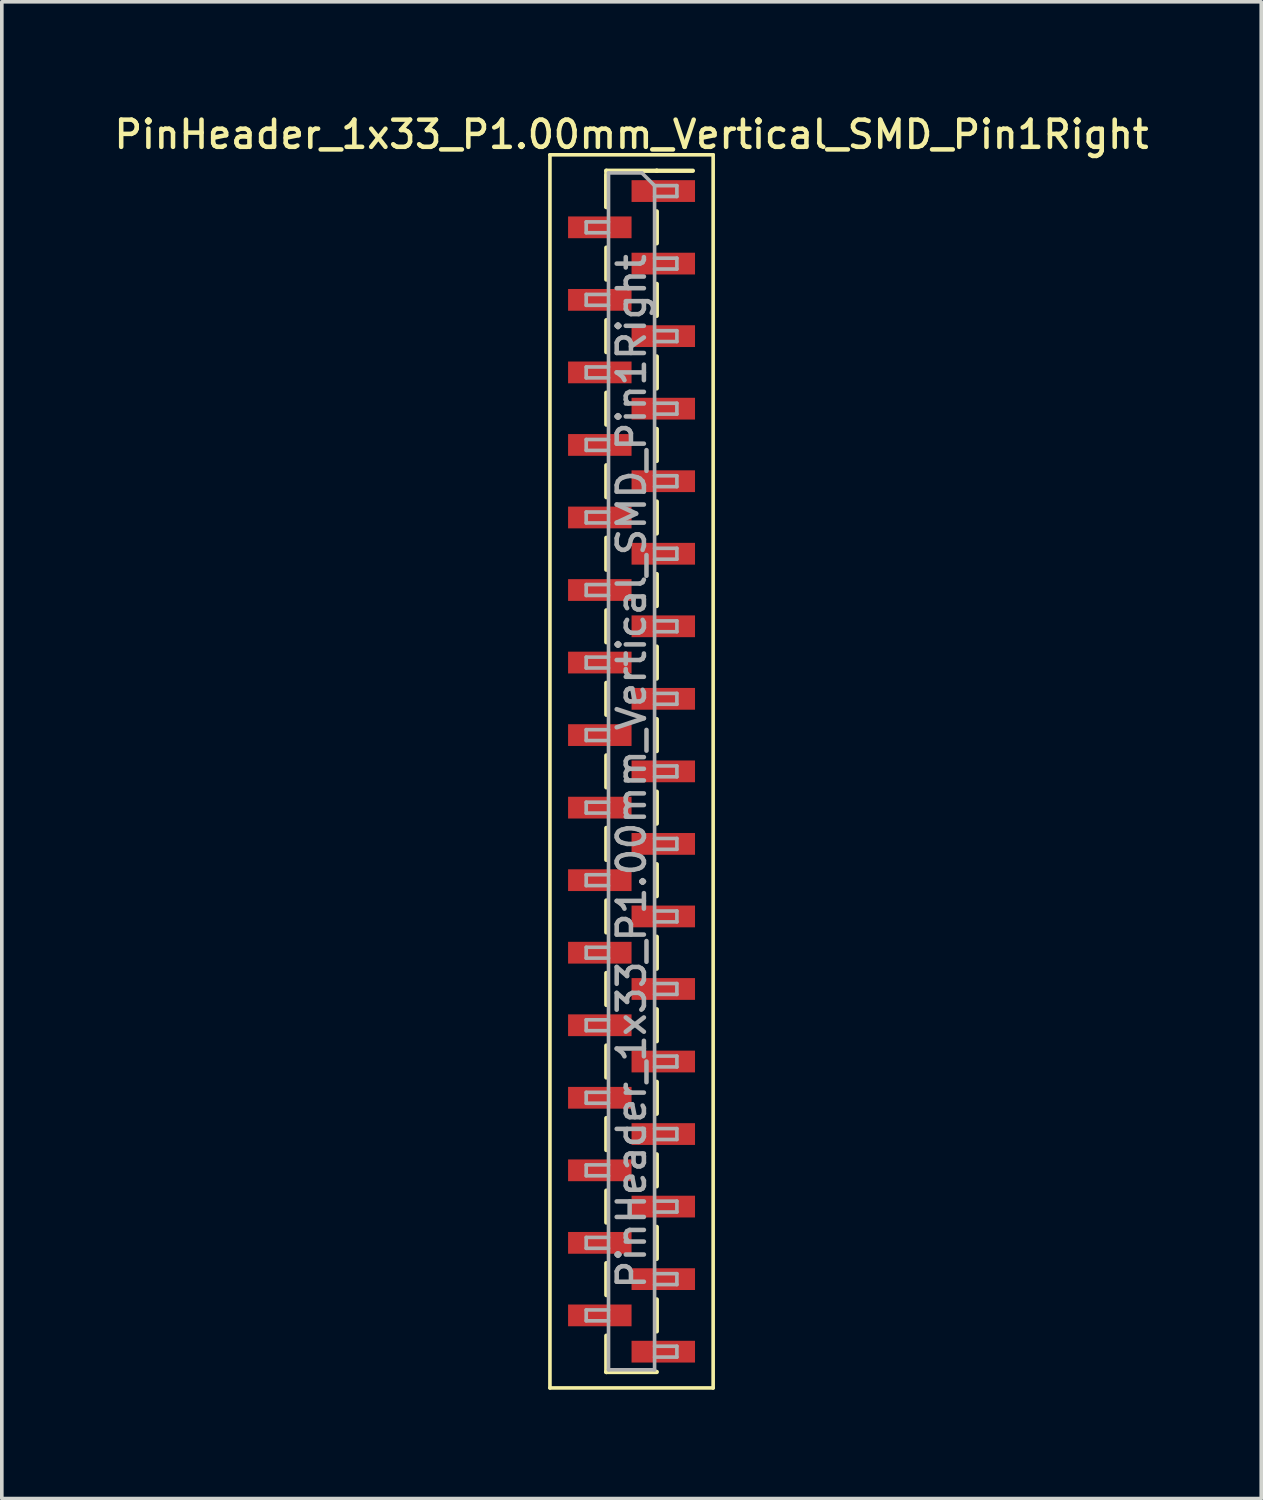
<source format=kicad_pcb>
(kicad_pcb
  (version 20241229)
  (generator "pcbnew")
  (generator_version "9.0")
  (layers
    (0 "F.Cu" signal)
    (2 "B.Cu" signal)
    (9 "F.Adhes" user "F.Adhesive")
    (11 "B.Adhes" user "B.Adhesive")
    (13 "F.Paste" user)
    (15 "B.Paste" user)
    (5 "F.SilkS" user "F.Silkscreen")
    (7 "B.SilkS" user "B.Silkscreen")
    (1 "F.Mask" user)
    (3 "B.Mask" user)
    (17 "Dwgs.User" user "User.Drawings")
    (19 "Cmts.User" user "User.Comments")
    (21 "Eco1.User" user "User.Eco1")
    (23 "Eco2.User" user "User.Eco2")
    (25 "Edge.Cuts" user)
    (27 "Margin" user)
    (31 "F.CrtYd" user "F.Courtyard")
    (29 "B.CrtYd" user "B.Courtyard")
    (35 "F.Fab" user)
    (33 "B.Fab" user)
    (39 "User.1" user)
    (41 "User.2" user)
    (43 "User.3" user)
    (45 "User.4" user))
  (footprint "PinHeader_1x33_P1.00mm_Vertical_SMD_Pin1Right"
    (layer "F.Cu")
    (at 14.363 18.218)
    (property "Reference" "PinHeader_1x33_P1.00mm_Vertical_SMD_Pin1Right" (at 0 -17.56 0) (layer "F.SilkS") (effects (font (size 0.75 0.75) (thickness 0.125))))
    (attr smd)
    (fp_line (start -2.25 -17) (end -2.25 17) (stroke (width 0.1) (type solid)) (layer "F.SilkS"))
    (fp_line (start -2.25 17) (end 2.25 17) (stroke (width 0.1) (type solid)) (layer "F.SilkS"))
    (fp_line (start -0.695 -16.56) (end -0.695 -15.56) (stroke (width 0.12) (type solid)) (layer "F.SilkS"))
    (fp_line (start -0.695 -16.56) (end 0.695 -16.56) (stroke (width 0.12) (type solid)) (layer "F.SilkS"))
    (fp_line (start -0.695 -16.44) (end -0.695 -15.56) (stroke (width 0.12) (type solid)) (layer "F.SilkS"))
    (fp_line (start -0.695 -14.44) (end -0.695 -13.56) (stroke (width 0.12) (type solid)) (layer "F.SilkS"))
    (fp_line (start -0.695 -12.44) (end -0.695 -11.56) (stroke (width 0.12) (type solid)) (layer "F.SilkS"))
    (fp_line (start -0.695 -10.44) (end -0.695 -9.56) (stroke (width 0.12) (type solid)) (layer "F.SilkS"))
    (fp_line (start -0.695 -8.44) (end -0.695 -7.56) (stroke (width 0.12) (type solid)) (layer "F.SilkS"))
    (fp_line (start -0.695 -6.44) (end -0.695 -5.56) (stroke (width 0.12) (type solid)) (layer "F.SilkS"))
    (fp_line (start -0.695 -4.44) (end -0.695 -3.56) (stroke (width 0.12) (type solid)) (layer "F.SilkS"))
    (fp_line (start -0.695 -2.44) (end -0.695 -1.56) (stroke (width 0.12) (type solid)) (layer "F.SilkS"))
    (fp_line (start -0.695 -0.44) (end -0.695 0.44) (stroke (width 0.12) (type solid)) (layer "F.SilkS"))
    (fp_line (start -0.695 1.56) (end -0.695 2.44) (stroke (width 0.12) (type solid)) (layer "F.SilkS"))
    (fp_line (start -0.695 3.56) (end -0.695 4.44) (stroke (width 0.12) (type solid)) (layer "F.SilkS"))
    (fp_line (start -0.695 5.56) (end -0.695 6.44) (stroke (width 0.12) (type solid)) (layer "F.SilkS"))
    (fp_line (start -0.695 7.56) (end -0.695 8.44) (stroke (width 0.12) (type solid)) (layer "F.SilkS"))
    (fp_line (start -0.695 9.56) (end -0.695 10.44) (stroke (width 0.12) (type solid)) (layer "F.SilkS"))
    (fp_line (start -0.695 11.56) (end -0.695 12.44) (stroke (width 0.12) (type solid)) (layer "F.SilkS"))
    (fp_line (start -0.695 13.56) (end -0.695 14.44) (stroke (width 0.12) (type solid)) (layer "F.SilkS"))
    (fp_line (start -0.695 15.56) (end -0.695 16.56) (stroke (width 0.12) (type solid)) (layer "F.SilkS"))
    (fp_line (start -0.695 16.56) (end -0.695 16.56) (stroke (width 0.12) (type solid)) (layer "F.SilkS"))
    (fp_line (start -0.695 16.56) (end 0.695 16.56) (stroke (width 0.12) (type solid)) (layer "F.SilkS"))
    (fp_line (start 0.695 -16.56) (end 0.695 -16.56) (stroke (width 0.12) (type solid)) (layer "F.SilkS"))
    (fp_line (start 0.695 -16.56) (end 1.69 -16.56) (stroke (width 0.12) (type solid)) (layer "F.SilkS"))
    (fp_line (start 0.695 -15.44) (end 0.695 -14.56) (stroke (width 0.12) (type solid)) (layer "F.SilkS"))
    (fp_line (start 0.695 -13.44) (end 0.695 -12.56) (stroke (width 0.12) (type solid)) (layer "F.SilkS"))
    (fp_line (start 0.695 -11.44) (end 0.695 -10.56) (stroke (width 0.12) (type solid)) (layer "F.SilkS"))
    (fp_line (start 0.695 -9.44) (end 0.695 -8.56) (stroke (width 0.12) (type solid)) (layer "F.SilkS"))
    (fp_line (start 0.695 -7.44) (end 0.695 -6.56) (stroke (width 0.12) (type solid)) (layer "F.SilkS"))
    (fp_line (start 0.695 -5.44) (end 0.695 -4.56) (stroke (width 0.12) (type solid)) (layer "F.SilkS"))
    (fp_line (start 0.695 -3.44) (end 0.695 -2.56) (stroke (width 0.12) (type solid)) (layer "F.SilkS"))
    (fp_line (start 0.695 -1.44) (end 0.695 -0.56) (stroke (width 0.12) (type solid)) (layer "F.SilkS"))
    (fp_line (start 0.695 0.56) (end 0.695 1.44) (stroke (width 0.12) (type solid)) (layer "F.SilkS"))
    (fp_line (start 0.695 2.56) (end 0.695 3.44) (stroke (width 0.12) (type solid)) (layer "F.SilkS"))
    (fp_line (start 0.695 4.56) (end 0.695 5.44) (stroke (width 0.12) (type solid)) (layer "F.SilkS"))
    (fp_line (start 0.695 6.56) (end 0.695 7.44) (stroke (width 0.12) (type solid)) (layer "F.SilkS"))
    (fp_line (start 0.695 8.56) (end 0.695 9.44) (stroke (width 0.12) (type solid)) (layer "F.SilkS"))
    (fp_line (start 0.695 10.56) (end 0.695 11.44) (stroke (width 0.12) (type solid)) (layer "F.SilkS"))
    (fp_line (start 0.695 12.56) (end 0.695 13.44) (stroke (width 0.12) (type solid)) (layer "F.SilkS"))
    (fp_line (start 0.695 14.56) (end 0.695 15.44) (stroke (width 0.12) (type solid)) (layer "F.SilkS"))
    (fp_line (start 2.25 -17) (end -2.25 -17) (stroke (width 0.1) (type solid)) (layer "F.SilkS"))
    (fp_line (start 2.25 17) (end 2.25 -17) (stroke (width 0.1) (type solid)) (layer "F.SilkS"))
    (fp_line (start -1.25 -15.15) (end -1.25 -14.85) (stroke (width 0.1) (type solid)) (layer "F.Fab"))
    (fp_line (start -1.25 -14.85) (end -0.635 -14.85) (stroke (width 0.1) (type solid)) (layer "F.Fab"))
    (fp_line (start -1.25 -13.15) (end -1.25 -12.85) (stroke (width 0.1) (type solid)) (layer "F.Fab"))
    (fp_line (start -1.25 -12.85) (end -0.635 -12.85) (stroke (width 0.1) (type solid)) (layer "F.Fab"))
    (fp_line (start -1.25 -11.15) (end -1.25 -10.85) (stroke (width 0.1) (type solid)) (layer "F.Fab"))
    (fp_line (start -1.25 -10.85) (end -0.635 -10.85) (stroke (width 0.1) (type solid)) (layer "F.Fab"))
    (fp_line (start -1.25 -9.15) (end -1.25 -8.85) (stroke (width 0.1) (type solid)) (layer "F.Fab"))
    (fp_line (start -1.25 -8.85) (end -0.635 -8.85) (stroke (width 0.1) (type solid)) (layer "F.Fab"))
    (fp_line (start -1.25 -7.15) (end -1.25 -6.85) (stroke (width 0.1) (type solid)) (layer "F.Fab"))
    (fp_line (start -1.25 -6.85) (end -0.635 -6.85) (stroke (width 0.1) (type solid)) (layer "F.Fab"))
    (fp_line (start -1.25 -5.15) (end -1.25 -4.85) (stroke (width 0.1) (type solid)) (layer "F.Fab"))
    (fp_line (start -1.25 -4.85) (end -0.635 -4.85) (stroke (width 0.1) (type solid)) (layer "F.Fab"))
    (fp_line (start -1.25 -3.15) (end -1.25 -2.85) (stroke (width 0.1) (type solid)) (layer "F.Fab"))
    (fp_line (start -1.25 -2.85) (end -0.635 -2.85) (stroke (width 0.1) (type solid)) (layer "F.Fab"))
    (fp_line (start -1.25 -1.15) (end -1.25 -0.85) (stroke (width 0.1) (type solid)) (layer "F.Fab"))
    (fp_line (start -1.25 -0.85) (end -0.635 -0.85) (stroke (width 0.1) (type solid)) (layer "F.Fab"))
    (fp_line (start -1.25 0.85) (end -1.25 1.15) (stroke (width 0.1) (type solid)) (layer "F.Fab"))
    (fp_line (start -1.25 1.15) (end -0.635 1.15) (stroke (width 0.1) (type solid)) (layer "F.Fab"))
    (fp_line (start -1.25 2.85) (end -1.25 3.15) (stroke (width 0.1) (type solid)) (layer "F.Fab"))
    (fp_line (start -1.25 3.15) (end -0.635 3.15) (stroke (width 0.1) (type solid)) (layer "F.Fab"))
    (fp_line (start -1.25 4.85) (end -1.25 5.15) (stroke (width 0.1) (type solid)) (layer "F.Fab"))
    (fp_line (start -1.25 5.15) (end -0.635 5.15) (stroke (width 0.1) (type solid)) (layer "F.Fab"))
    (fp_line (start -1.25 6.85) (end -1.25 7.15) (stroke (width 0.1) (type solid)) (layer "F.Fab"))
    (fp_line (start -1.25 7.15) (end -0.635 7.15) (stroke (width 0.1) (type solid)) (layer "F.Fab"))
    (fp_line (start -1.25 8.85) (end -1.25 9.15) (stroke (width 0.1) (type solid)) (layer "F.Fab"))
    (fp_line (start -1.25 9.15) (end -0.635 9.15) (stroke (width 0.1) (type solid)) (layer "F.Fab"))
    (fp_line (start -1.25 10.85) (end -1.25 11.15) (stroke (width 0.1) (type solid)) (layer "F.Fab"))
    (fp_line (start -1.25 11.15) (end -0.635 11.15) (stroke (width 0.1) (type solid)) (layer "F.Fab"))
    (fp_line (start -1.25 12.85) (end -1.25 13.15) (stroke (width 0.1) (type solid)) (layer "F.Fab"))
    (fp_line (start -1.25 13.15) (end -0.635 13.15) (stroke (width 0.1) (type solid)) (layer "F.Fab"))
    (fp_line (start -1.25 14.85) (end -1.25 15.15) (stroke (width 0.1) (type solid)) (layer "F.Fab"))
    (fp_line (start -1.25 15.15) (end -0.635 15.15) (stroke (width 0.1) (type solid)) (layer "F.Fab"))
    (fp_line (start -0.635 -16.5) (end -0.635 16.5) (stroke (width 0.1) (type solid)) (layer "F.Fab"))
    (fp_line (start -0.635 -16.5) (end 0.285 -16.5) (stroke (width 0.1) (type solid)) (layer "F.Fab"))
    (fp_line (start -0.635 -15.15) (end -1.25 -15.15) (stroke (width 0.1) (type solid)) (layer "F.Fab"))
    (fp_line (start -0.635 -13.15) (end -1.25 -13.15) (stroke (width 0.1) (type solid)) (layer "F.Fab"))
    (fp_line (start -0.635 -11.15) (end -1.25 -11.15) (stroke (width 0.1) (type solid)) (layer "F.Fab"))
    (fp_line (start -0.635 -9.15) (end -1.25 -9.15) (stroke (width 0.1) (type solid)) (layer "F.Fab"))
    (fp_line (start -0.635 -7.15) (end -1.25 -7.15) (stroke (width 0.1) (type solid)) (layer "F.Fab"))
    (fp_line (start -0.635 -5.15) (end -1.25 -5.15) (stroke (width 0.1) (type solid)) (layer "F.Fab"))
    (fp_line (start -0.635 -3.15) (end -1.25 -3.15) (stroke (width 0.1) (type solid)) (layer "F.Fab"))
    (fp_line (start -0.635 -1.15) (end -1.25 -1.15) (stroke (width 0.1) (type solid)) (layer "F.Fab"))
    (fp_line (start -0.635 0.85) (end -1.25 0.85) (stroke (width 0.1) (type solid)) (layer "F.Fab"))
    (fp_line (start -0.635 2.85) (end -1.25 2.85) (stroke (width 0.1) (type solid)) (layer "F.Fab"))
    (fp_line (start -0.635 4.85) (end -1.25 4.85) (stroke (width 0.1) (type solid)) (layer "F.Fab"))
    (fp_line (start -0.635 6.85) (end -1.25 6.85) (stroke (width 0.1) (type solid)) (layer "F.Fab"))
    (fp_line (start -0.635 8.85) (end -1.25 8.85) (stroke (width 0.1) (type solid)) (layer "F.Fab"))
    (fp_line (start -0.635 10.85) (end -1.25 10.85) (stroke (width 0.1) (type solid)) (layer "F.Fab"))
    (fp_line (start -0.635 12.85) (end -1.25 12.85) (stroke (width 0.1) (type solid)) (layer "F.Fab"))
    (fp_line (start -0.635 14.85) (end -1.25 14.85) (stroke (width 0.1) (type solid)) (layer "F.Fab"))
    (fp_line (start 0.635 -16.15) (end 0.285 -16.5) (stroke (width 0.1) (type solid)) (layer "F.Fab"))
    (fp_line (start 0.635 -16.15) (end 1.25 -16.15) (stroke (width 0.1) (type solid)) (layer "F.Fab"))
    (fp_line (start 0.635 -14.15) (end 1.25 -14.15) (stroke (width 0.1) (type solid)) (layer "F.Fab"))
    (fp_line (start 0.635 -12.15) (end 1.25 -12.15) (stroke (width 0.1) (type solid)) (layer "F.Fab"))
    (fp_line (start 0.635 -10.15) (end 1.25 -10.15) (stroke (width 0.1) (type solid)) (layer "F.Fab"))
    (fp_line (start 0.635 -8.15) (end 1.25 -8.15) (stroke (width 0.1) (type solid)) (layer "F.Fab"))
    (fp_line (start 0.635 -6.15) (end 1.25 -6.15) (stroke (width 0.1) (type solid)) (layer "F.Fab"))
    (fp_line (start 0.635 -4.15) (end 1.25 -4.15) (stroke (width 0.1) (type solid)) (layer "F.Fab"))
    (fp_line (start 0.635 -2.15) (end 1.25 -2.15) (stroke (width 0.1) (type solid)) (layer "F.Fab"))
    (fp_line (start 0.635 -0.15) (end 1.25 -0.15) (stroke (width 0.1) (type solid)) (layer "F.Fab"))
    (fp_line (start 0.635 1.85) (end 1.25 1.85) (stroke (width 0.1) (type solid)) (layer "F.Fab"))
    (fp_line (start 0.635 3.85) (end 1.25 3.85) (stroke (width 0.1) (type solid)) (layer "F.Fab"))
    (fp_line (start 0.635 5.85) (end 1.25 5.85) (stroke (width 0.1) (type solid)) (layer "F.Fab"))
    (fp_line (start 0.635 7.85) (end 1.25 7.85) (stroke (width 0.1) (type solid)) (layer "F.Fab"))
    (fp_line (start 0.635 9.85) (end 1.25 9.85) (stroke (width 0.1) (type solid)) (layer "F.Fab"))
    (fp_line (start 0.635 11.85) (end 1.25 11.85) (stroke (width 0.1) (type solid)) (layer "F.Fab"))
    (fp_line (start 0.635 13.85) (end 1.25 13.85) (stroke (width 0.1) (type solid)) (layer "F.Fab"))
    (fp_line (start 0.635 15.85) (end 1.25 15.85) (stroke (width 0.1) (type solid)) (layer "F.Fab"))
    (fp_line (start 0.635 16.5) (end -0.635 16.5) (stroke (width 0.1) (type solid)) (layer "F.Fab"))
    (fp_line (start 0.635 16.5) (end 0.635 -16.15) (stroke (width 0.1) (type solid)) (layer "F.Fab"))
    (fp_line (start 1.25 -16.15) (end 1.25 -15.85) (stroke (width 0.1) (type solid)) (layer "F.Fab"))
    (fp_line (start 1.25 -15.85) (end 0.635 -15.85) (stroke (width 0.1) (type solid)) (layer "F.Fab"))
    (fp_line (start 1.25 -14.15) (end 1.25 -13.85) (stroke (width 0.1) (type solid)) (layer "F.Fab"))
    (fp_line (start 1.25 -13.85) (end 0.635 -13.85) (stroke (width 0.1) (type solid)) (layer "F.Fab"))
    (fp_line (start 1.25 -12.15) (end 1.25 -11.85) (stroke (width 0.1) (type solid)) (layer "F.Fab"))
    (fp_line (start 1.25 -11.85) (end 0.635 -11.85) (stroke (width 0.1) (type solid)) (layer "F.Fab"))
    (fp_line (start 1.25 -10.15) (end 1.25 -9.85) (stroke (width 0.1) (type solid)) (layer "F.Fab"))
    (fp_line (start 1.25 -9.85) (end 0.635 -9.85) (stroke (width 0.1) (type solid)) (layer "F.Fab"))
    (fp_line (start 1.25 -8.15) (end 1.25 -7.85) (stroke (width 0.1) (type solid)) (layer "F.Fab"))
    (fp_line (start 1.25 -7.85) (end 0.635 -7.85) (stroke (width 0.1) (type solid)) (layer "F.Fab"))
    (fp_line (start 1.25 -6.15) (end 1.25 -5.85) (stroke (width 0.1) (type solid)) (layer "F.Fab"))
    (fp_line (start 1.25 -5.85) (end 0.635 -5.85) (stroke (width 0.1) (type solid)) (layer "F.Fab"))
    (fp_line (start 1.25 -4.15) (end 1.25 -3.85) (stroke (width 0.1) (type solid)) (layer "F.Fab"))
    (fp_line (start 1.25 -3.85) (end 0.635 -3.85) (stroke (width 0.1) (type solid)) (layer "F.Fab"))
    (fp_line (start 1.25 -2.15) (end 1.25 -1.85) (stroke (width 0.1) (type solid)) (layer "F.Fab"))
    (fp_line (start 1.25 -1.85) (end 0.635 -1.85) (stroke (width 0.1) (type solid)) (layer "F.Fab"))
    (fp_line (start 1.25 -0.15) (end 1.25 0.15) (stroke (width 0.1) (type solid)) (layer "F.Fab"))
    (fp_line (start 1.25 0.15) (end 0.635 0.15) (stroke (width 0.1) (type solid)) (layer "F.Fab"))
    (fp_line (start 1.25 1.85) (end 1.25 2.15) (stroke (width 0.1) (type solid)) (layer "F.Fab"))
    (fp_line (start 1.25 2.15) (end 0.635 2.15) (stroke (width 0.1) (type solid)) (layer "F.Fab"))
    (fp_line (start 1.25 3.85) (end 1.25 4.15) (stroke (width 0.1) (type solid)) (layer "F.Fab"))
    (fp_line (start 1.25 4.15) (end 0.635 4.15) (stroke (width 0.1) (type solid)) (layer "F.Fab"))
    (fp_line (start 1.25 5.85) (end 1.25 6.15) (stroke (width 0.1) (type solid)) (layer "F.Fab"))
    (fp_line (start 1.25 6.15) (end 0.635 6.15) (stroke (width 0.1) (type solid)) (layer "F.Fab"))
    (fp_line (start 1.25 7.85) (end 1.25 8.15) (stroke (width 0.1) (type solid)) (layer "F.Fab"))
    (fp_line (start 1.25 8.15) (end 0.635 8.15) (stroke (width 0.1) (type solid)) (layer "F.Fab"))
    (fp_line (start 1.25 9.85) (end 1.25 10.15) (stroke (width 0.1) (type solid)) (layer "F.Fab"))
    (fp_line (start 1.25 10.15) (end 0.635 10.15) (stroke (width 0.1) (type solid)) (layer "F.Fab"))
    (fp_line (start 1.25 11.85) (end 1.25 12.15) (stroke (width 0.1) (type solid)) (layer "F.Fab"))
    (fp_line (start 1.25 12.15) (end 0.635 12.15) (stroke (width 0.1) (type solid)) (layer "F.Fab"))
    (fp_line (start 1.25 13.85) (end 1.25 14.15) (stroke (width 0.1) (type solid)) (layer "F.Fab"))
    (fp_line (start 1.25 14.15) (end 0.635 14.15) (stroke (width 0.1) (type solid)) (layer "F.Fab"))
    (fp_line (start 1.25 15.85) (end 1.25 16.15) (stroke (width 0.1) (type solid)) (layer "F.Fab"))
    (fp_line (start 1.25 16.15) (end 0.635 16.15) (stroke (width 0.1) (type solid)) (layer "F.Fab"))
    (fp_text user "${REFERENCE}" (at 0 0 90) (layer "F.Fab") (effects (font (size 0.75 0.75) (thickness 0.125))))
    (pad "1" smd rect (at 0.875 -16) (size 1.75 0.6) (layers "F.Cu" "F.Mask" "F.Paste"))
    (pad "2" smd rect (at -0.875 -15) (size 1.75 0.6) (layers "F.Cu" "F.Mask" "F.Paste"))
    (pad "3" smd rect (at 0.875 -14) (size 1.75 0.6) (layers "F.Cu" "F.Mask" "F.Paste"))
    (pad "4" smd rect (at -0.875 -13) (size 1.75 0.6) (layers "F.Cu" "F.Mask" "F.Paste"))
    (pad "5" smd rect (at 0.875 -12) (size 1.75 0.6) (layers "F.Cu" "F.Mask" "F.Paste"))
    (pad "6" smd rect (at -0.875 -11) (size 1.75 0.6) (layers "F.Cu" "F.Mask" "F.Paste"))
    (pad "7" smd rect (at 0.875 -10) (size 1.75 0.6) (layers "F.Cu" "F.Mask" "F.Paste"))
    (pad "8" smd rect (at -0.875 -9) (size 1.75 0.6) (layers "F.Cu" "F.Mask" "F.Paste"))
    (pad "9" smd rect (at 0.875 -8) (size 1.75 0.6) (layers "F.Cu" "F.Mask" "F.Paste"))
    (pad "10" smd rect (at -0.875 -7) (size 1.75 0.6) (layers "F.Cu" "F.Mask" "F.Paste"))
    (pad "11" smd rect (at 0.875 -6) (size 1.75 0.6) (layers "F.Cu" "F.Mask" "F.Paste"))
    (pad "12" smd rect (at -0.875 -5) (size 1.75 0.6) (layers "F.Cu" "F.Mask" "F.Paste"))
    (pad "13" smd rect (at 0.875 -4) (size 1.75 0.6) (layers "F.Cu" "F.Mask" "F.Paste"))
    (pad "14" smd rect (at -0.875 -3) (size 1.75 0.6) (layers "F.Cu" "F.Mask" "F.Paste"))
    (pad "15" smd rect (at 0.875 -2) (size 1.75 0.6) (layers "F.Cu" "F.Mask" "F.Paste"))
    (pad "16" smd rect (at -0.875 -1) (size 1.75 0.6) (layers "F.Cu" "F.Mask" "F.Paste"))
    (pad "17" smd rect (at 0.875 0) (size 1.75 0.6) (layers "F.Cu" "F.Mask" "F.Paste"))
    (pad "18" smd rect (at -0.875 1) (size 1.75 0.6) (layers "F.Cu" "F.Mask" "F.Paste"))
    (pad "19" smd rect (at 0.875 2) (size 1.75 0.6) (layers "F.Cu" "F.Mask" "F.Paste"))
    (pad "20" smd rect (at -0.875 3) (size 1.75 0.6) (layers "F.Cu" "F.Mask" "F.Paste"))
    (pad "21" smd rect (at 0.875 4) (size 1.75 0.6) (layers "F.Cu" "F.Mask" "F.Paste"))
    (pad "22" smd rect (at -0.875 5) (size 1.75 0.6) (layers "F.Cu" "F.Mask" "F.Paste"))
    (pad "23" smd rect (at 0.875 6) (size 1.75 0.6) (layers "F.Cu" "F.Mask" "F.Paste"))
    (pad "24" smd rect (at -0.875 7) (size 1.75 0.6) (layers "F.Cu" "F.Mask" "F.Paste"))
    (pad "25" smd rect (at 0.875 8) (size 1.75 0.6) (layers "F.Cu" "F.Mask" "F.Paste"))
    (pad "26" smd rect (at -0.875 9) (size 1.75 0.6) (layers "F.Cu" "F.Mask" "F.Paste"))
    (pad "27" smd rect (at 0.875 10) (size 1.75 0.6) (layers "F.Cu" "F.Mask" "F.Paste"))
    (pad "28" smd rect (at -0.875 11) (size 1.75 0.6) (layers "F.Cu" "F.Mask" "F.Paste"))
    (pad "29" smd rect (at 0.875 12) (size 1.75 0.6) (layers "F.Cu" "F.Mask" "F.Paste"))
    (pad "30" smd rect (at -0.875 13) (size 1.75 0.6) (layers "F.Cu" "F.Mask" "F.Paste"))
    (pad "31" smd rect (at 0.875 14) (size 1.75 0.6) (layers "F.Cu" "F.Mask" "F.Paste"))
    (pad "32" smd rect (at -0.875 15) (size 1.75 0.6) (layers "F.Cu" "F.Mask" "F.Paste"))
    (pad "33" smd rect (at 0.875 16) (size 1.75 0.6) (layers "F.Cu" "F.Mask" "F.Paste")))
  (gr_rect
    (start -3 -3)
    (end 31.725 38.268)
    (stroke (width 0.1) (type default))
    (fill no)
    (layer "Edge.Cuts")))
</source>
